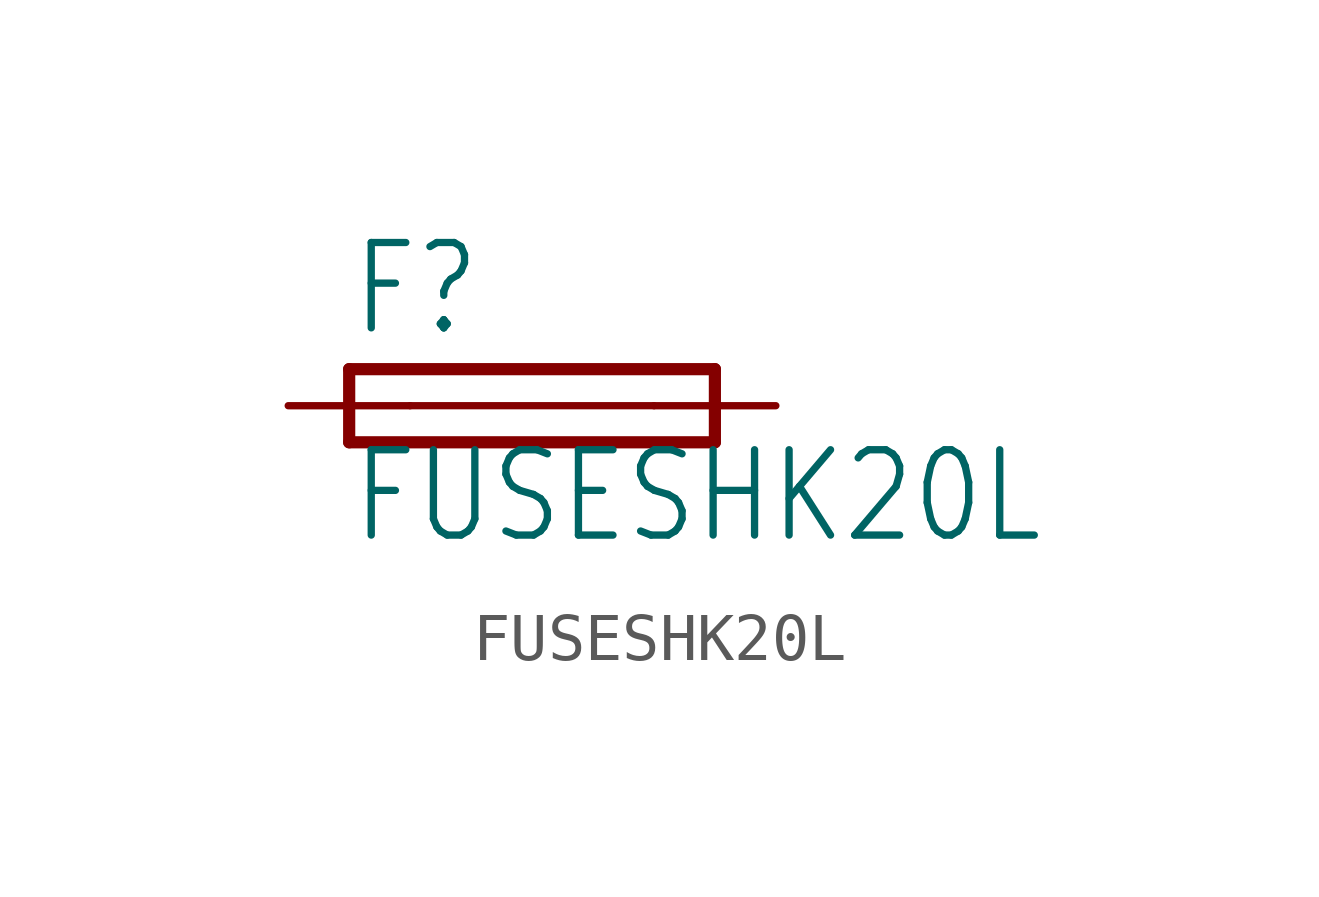
<source format=kicad_sym>
(kicad_symbol_lib
  (version 20200126)
  (host kicad_symbol_editor "5.99.0-unknown-aa7ce74~88~ubuntu18.04.1")
  (symbol "FUSESHK20L"
    (property "Reference" "F"
      (at -3.81 1.397 0)
      (effects (font (size 1.778 1.511)) (justify left bottom)))
    (property "Value" "FUSESHK20L"
      (at -3.81 -2.921 0)
      (effects (font (size 1.778 1.511)) (justify left bottom)))
    (property "ki_locked" ""
      (at 0 0 0)
      (effects (font (size 1.27 1.27))))
    (symbol "FUSESHK20L_1_0"
      (polyline (pts (xy -3.81 -0.762) (xy 3.81 -0.762)) (stroke (width 0.254)) (fill (type none)))
      (polyline (pts (xy 3.81 0.762) (xy -3.81 0.762)) (stroke (width 0.254)) (fill (type none)))
      (polyline (pts (xy 3.81 -0.762) (xy 3.81 0.762)) (stroke (width 0.254)) (fill (type none)))
      (polyline (pts (xy -3.81 0.762) (xy -3.81 -0.762)) (stroke (width 0.254)) (fill (type none)))
      (polyline (pts (xy -2.54 0) (xy 2.54 0)) (stroke (width 0.152)) (fill (type none)))
      (pin passive line (at 5.08 0 180) (length 2.54) (name "2" (effects (font (size 0 0)))) (number "2A" (effects (font (size 0 0)))))
      (pin passive line (at -5.08 0 0) (length 2.54) (name "1" (effects (font (size 0 0)))) (number "1A" (effects (font (size 0 0))))))))
</source>
